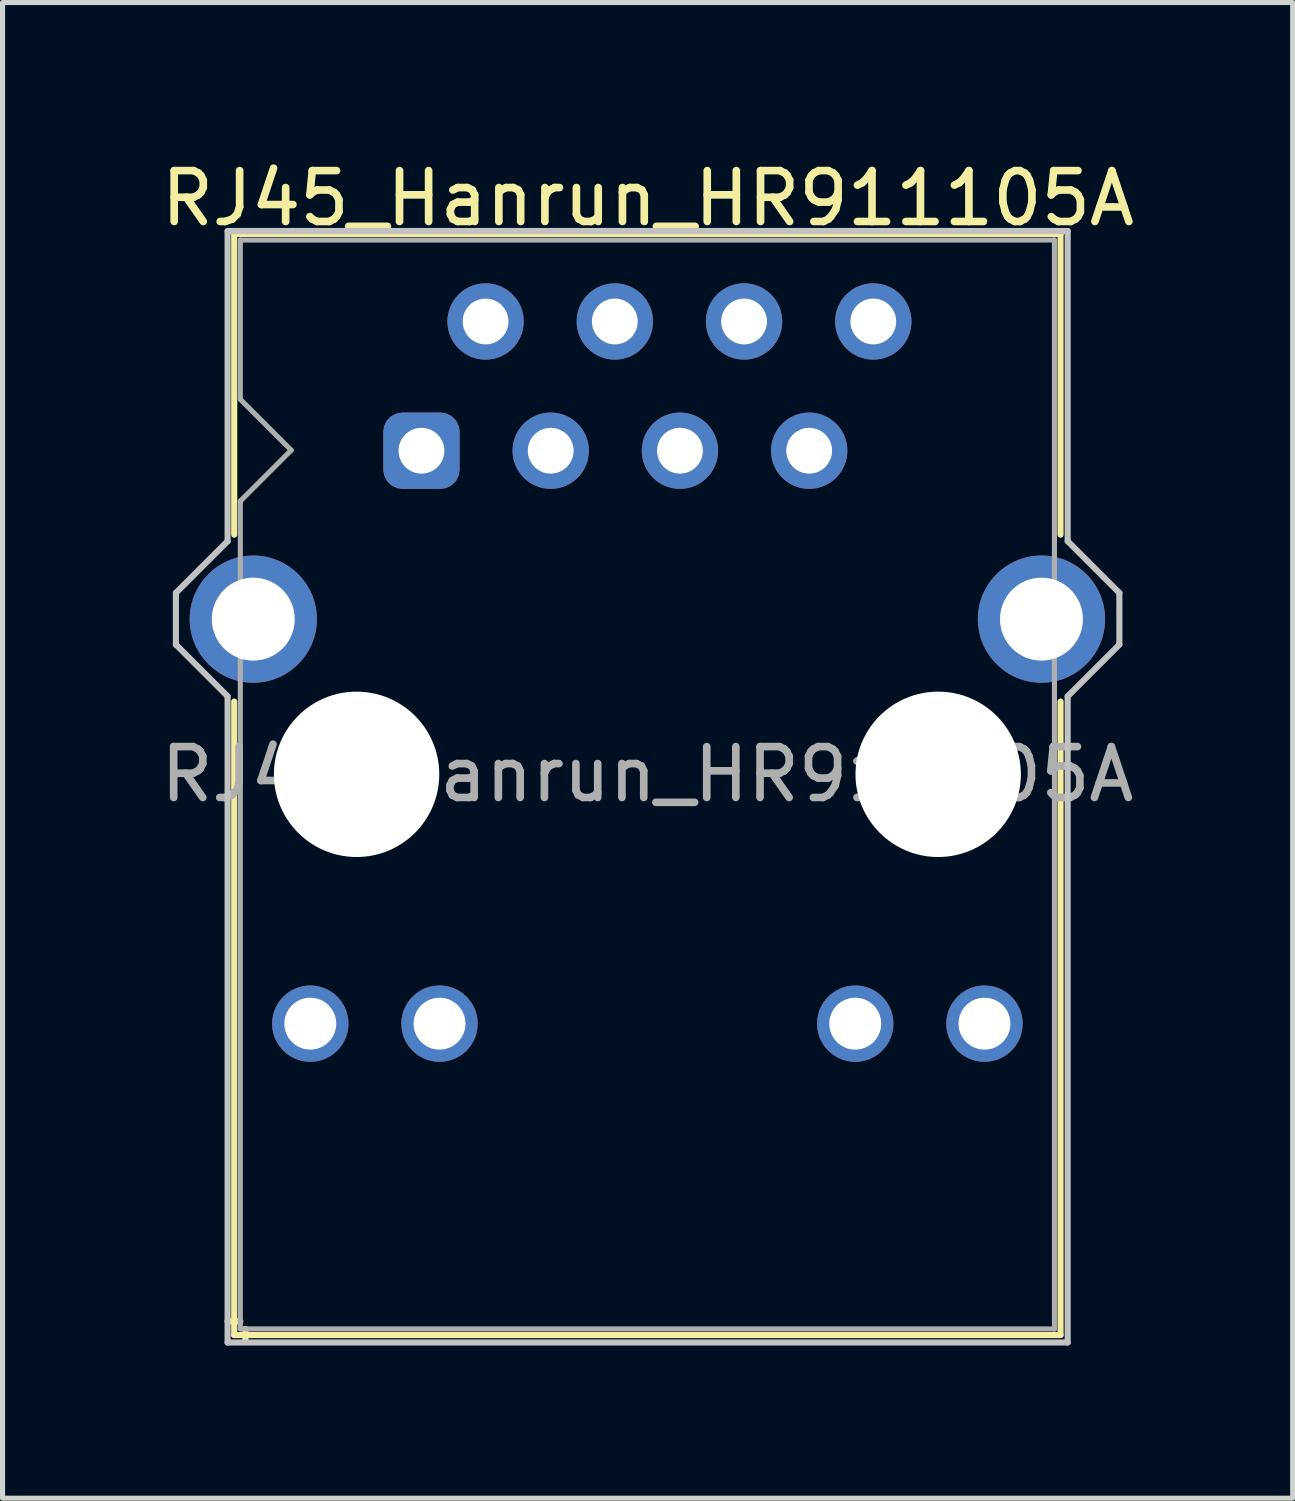
<source format=kicad_pcb>
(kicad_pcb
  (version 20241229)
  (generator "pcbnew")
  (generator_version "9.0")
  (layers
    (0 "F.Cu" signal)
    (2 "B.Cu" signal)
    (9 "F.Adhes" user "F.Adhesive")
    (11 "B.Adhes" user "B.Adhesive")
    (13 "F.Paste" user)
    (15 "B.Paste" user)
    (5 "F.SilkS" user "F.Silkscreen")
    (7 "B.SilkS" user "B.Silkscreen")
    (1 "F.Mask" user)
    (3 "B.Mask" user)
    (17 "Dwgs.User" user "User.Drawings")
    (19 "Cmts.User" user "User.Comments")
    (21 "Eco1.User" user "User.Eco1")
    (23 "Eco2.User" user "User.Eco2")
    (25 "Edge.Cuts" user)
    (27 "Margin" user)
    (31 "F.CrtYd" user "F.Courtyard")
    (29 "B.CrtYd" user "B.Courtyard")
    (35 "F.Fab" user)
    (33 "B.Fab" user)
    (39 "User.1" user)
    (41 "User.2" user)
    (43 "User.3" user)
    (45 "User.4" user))
  (footprint "RJ45_Hanrun_HR911105A"
    (layer "F.Cu")
    (at 5.233 5.808)
    (property "Reference" "RJ45_Hanrun_HR911105A" (at 4.45 -4.96 0) (layer "F.SilkS") (effects (font (size 1 1) (thickness 0.15))))
    (attr through_hole)
    (fp_line (start -3.68 -4.26) (end -3.68 1.65) (stroke (width 0.12) (type solid)) (layer "F.SilkS"))
    (fp_line (start -3.68 -4.26) (end 12.56 -4.26) (stroke (width 0.12) (type solid)) (layer "F.SilkS"))
    (fp_line (start -3.68 4.93) (end -3.68 17.38) (stroke (width 0.12) (type solid)) (layer "F.SilkS"))
    (fp_line (start -3.56 17.11) (end -3.81 17.11) (stroke (width 0.12) (type solid)) (layer "F.SilkS"))
    (fp_line (start -3.46 17.26) (end -3.46 17.51) (stroke (width 0.12) (type solid)) (layer "F.SilkS"))
    (fp_line (start 12.56 -4.26) (end 12.56 1.65) (stroke (width 0.12) (type solid)) (layer "F.SilkS"))
    (fp_line (start 12.56 4.93) (end 12.56 17.38) (stroke (width 0.12) (type solid)) (layer "F.SilkS"))
    (fp_line (start 12.56 17.38) (end -3.68 17.38) (stroke (width 0.12) (type solid)) (layer "F.SilkS"))
    (fp_line (start -4.826 3.81) (end -4.826 2.794) (stroke (width 0.12) (type solid)) (layer "Dwgs.User"))
    (fp_line (start -3.81 -4.318) (end 12.7 -4.318) (stroke (width 0.12) (type solid)) (layer "Dwgs.User"))
    (fp_line (start -3.81 1.778) (end -4.826 2.794) (stroke (width 0.12) (type solid)) (layer "Dwgs.User"))
    (fp_line (start -3.81 1.778) (end -3.81 -4.318) (stroke (width 0.12) (type solid)) (layer "Dwgs.User"))
    (fp_line (start -3.81 4.826) (end -4.826 3.81) (stroke (width 0.12) (type solid)) (layer "Dwgs.User"))
    (fp_line (start -3.81 17.526) (end -3.81 4.826) (stroke (width 0.12) (type solid)) (layer "Dwgs.User"))
    (fp_line (start 12.7 -4.318) (end 12.7 1.778) (stroke (width 0.12) (type solid)) (layer "Dwgs.User"))
    (fp_line (start 12.7 1.778) (end 13.716 2.794) (stroke (width 0.12) (type solid)) (layer "Dwgs.User"))
    (fp_line (start 12.7 4.826) (end 12.7 17.526) (stroke (width 0.12) (type solid)) (layer "Dwgs.User"))
    (fp_line (start 12.7 4.826) (end 13.716 3.81) (stroke (width 0.12) (type solid)) (layer "Dwgs.User"))
    (fp_line (start 12.7 17.526) (end -3.81 17.526) (stroke (width 0.12) (type solid)) (layer "Dwgs.User"))
    (fp_line (start 13.716 3.81) (end 13.716 2.794) (stroke (width 0.12) (type solid)) (layer "Dwgs.User"))
    (fp_line (start -3.56 -4.14) (end -3.56 -1.01) (stroke (width 0.1) (type solid)) (layer "F.Fab"))
    (fp_line (start -3.56 -4.14) (end 12.44 -4.14) (stroke (width 0.1) (type solid)) (layer "F.Fab"))
    (fp_line (start -3.56 0.99) (end -3.56 17.26) (stroke (width 0.1) (type solid)) (layer "F.Fab"))
    (fp_line (start -3.56 17.26) (end 12.44 17.26) (stroke (width 0.1) (type solid)) (layer "F.Fab"))
    (fp_line (start -2.56 -0.01) (end -3.56 -1.01) (stroke (width 0.1) (type solid)) (layer "F.Fab"))
    (fp_line (start -2.56 -0.01) (end -3.56 0.99) (stroke (width 0.1) (type solid)) (layer "F.Fab"))
    (fp_line (start 12.44 -4.14) (end 12.44 17.26) (stroke (width 0.1) (type solid)) (layer "F.Fab"))
    (fp_text user "${REFERENCE}" (at 4.44 6.36 0) (layer "F.Fab") (effects (font (size 1 1) (thickness 0.15))))
    (pad "" np_thru_hole circle (at -1.275 6.36) (size 3.25 3.25) (drill 3.25) (layers "*.Cu" "*.Mask"))
    (pad "" np_thru_hole circle (at 10.155 6.36) (size 3.25 3.25) (drill 3.25) (layers "*.Cu" "*.Mask"))
    (pad "1" thru_hole roundrect (at 0 0) (size 1.5 1.5) (drill 0.9) (layers "*.Cu" "*.Mask") (roundrect_rratio 0.25))
    (pad "2" thru_hole circle (at 1.26 -2.54) (size 1.5 1.5) (drill 0.9) (layers "*.Cu" "*.Mask"))
    (pad "3" thru_hole circle (at 2.54 0) (size 1.5 1.5) (drill 0.9) (layers "*.Cu" "*.Mask"))
    (pad "4" thru_hole circle (at 3.8 -2.54) (size 1.5 1.5) (drill 0.9) (layers "*.Cu" "*.Mask"))
    (pad "5" thru_hole circle (at 5.08 0) (size 1.5 1.5) (drill 0.9) (layers "*.Cu" "*.Mask"))
    (pad "6" thru_hole circle (at 6.34 -2.54 90) (size 1.5 1.5) (drill 0.9) (layers "*.Cu" "*.Mask"))
    (pad "7" thru_hole circle (at 7.62 0) (size 1.5 1.5) (drill 0.9) (layers "*.Cu" "*.Mask"))
    (pad "8" thru_hole circle (at 8.88 -2.54) (size 1.5 1.5) (drill 0.9) (layers "*.Cu" "*.Mask"))
    (pad "9" thru_hole circle (at -2.185 11.26) (size 1.5 1.5) (drill 1.02) (layers "*.Cu" "*.Mask"))
    (pad "10" thru_hole circle (at 0.355 11.26) (size 1.5 1.5) (drill 1.02) (layers "*.Cu" "*.Mask"))
    (pad "11" thru_hole circle (at 8.525 11.26) (size 1.5 1.5) (drill 1.02) (layers "*.Cu" "*.Mask"))
    (pad "12" thru_hole circle (at 11.065 11.26) (size 1.5 1.5) (drill 1.02) (layers "*.Cu" "*.Mask"))
    (pad "SH" thru_hole circle (at -3.305 3.31) (size 2.5 2.5) (drill 1.63) (layers "*.Cu" "*.Mask"))
    (pad "SH" thru_hole circle (at 12.185 3.31) (size 2.5 2.5) (drill 1.63) (layers "*.Cu" "*.Mask")))
  (gr_rect
    (start -3 -3)
    (end 22.355 26.394)
    (stroke (width 0.1) (type default))
    (fill no)
    (layer "Edge.Cuts")))
</source>
